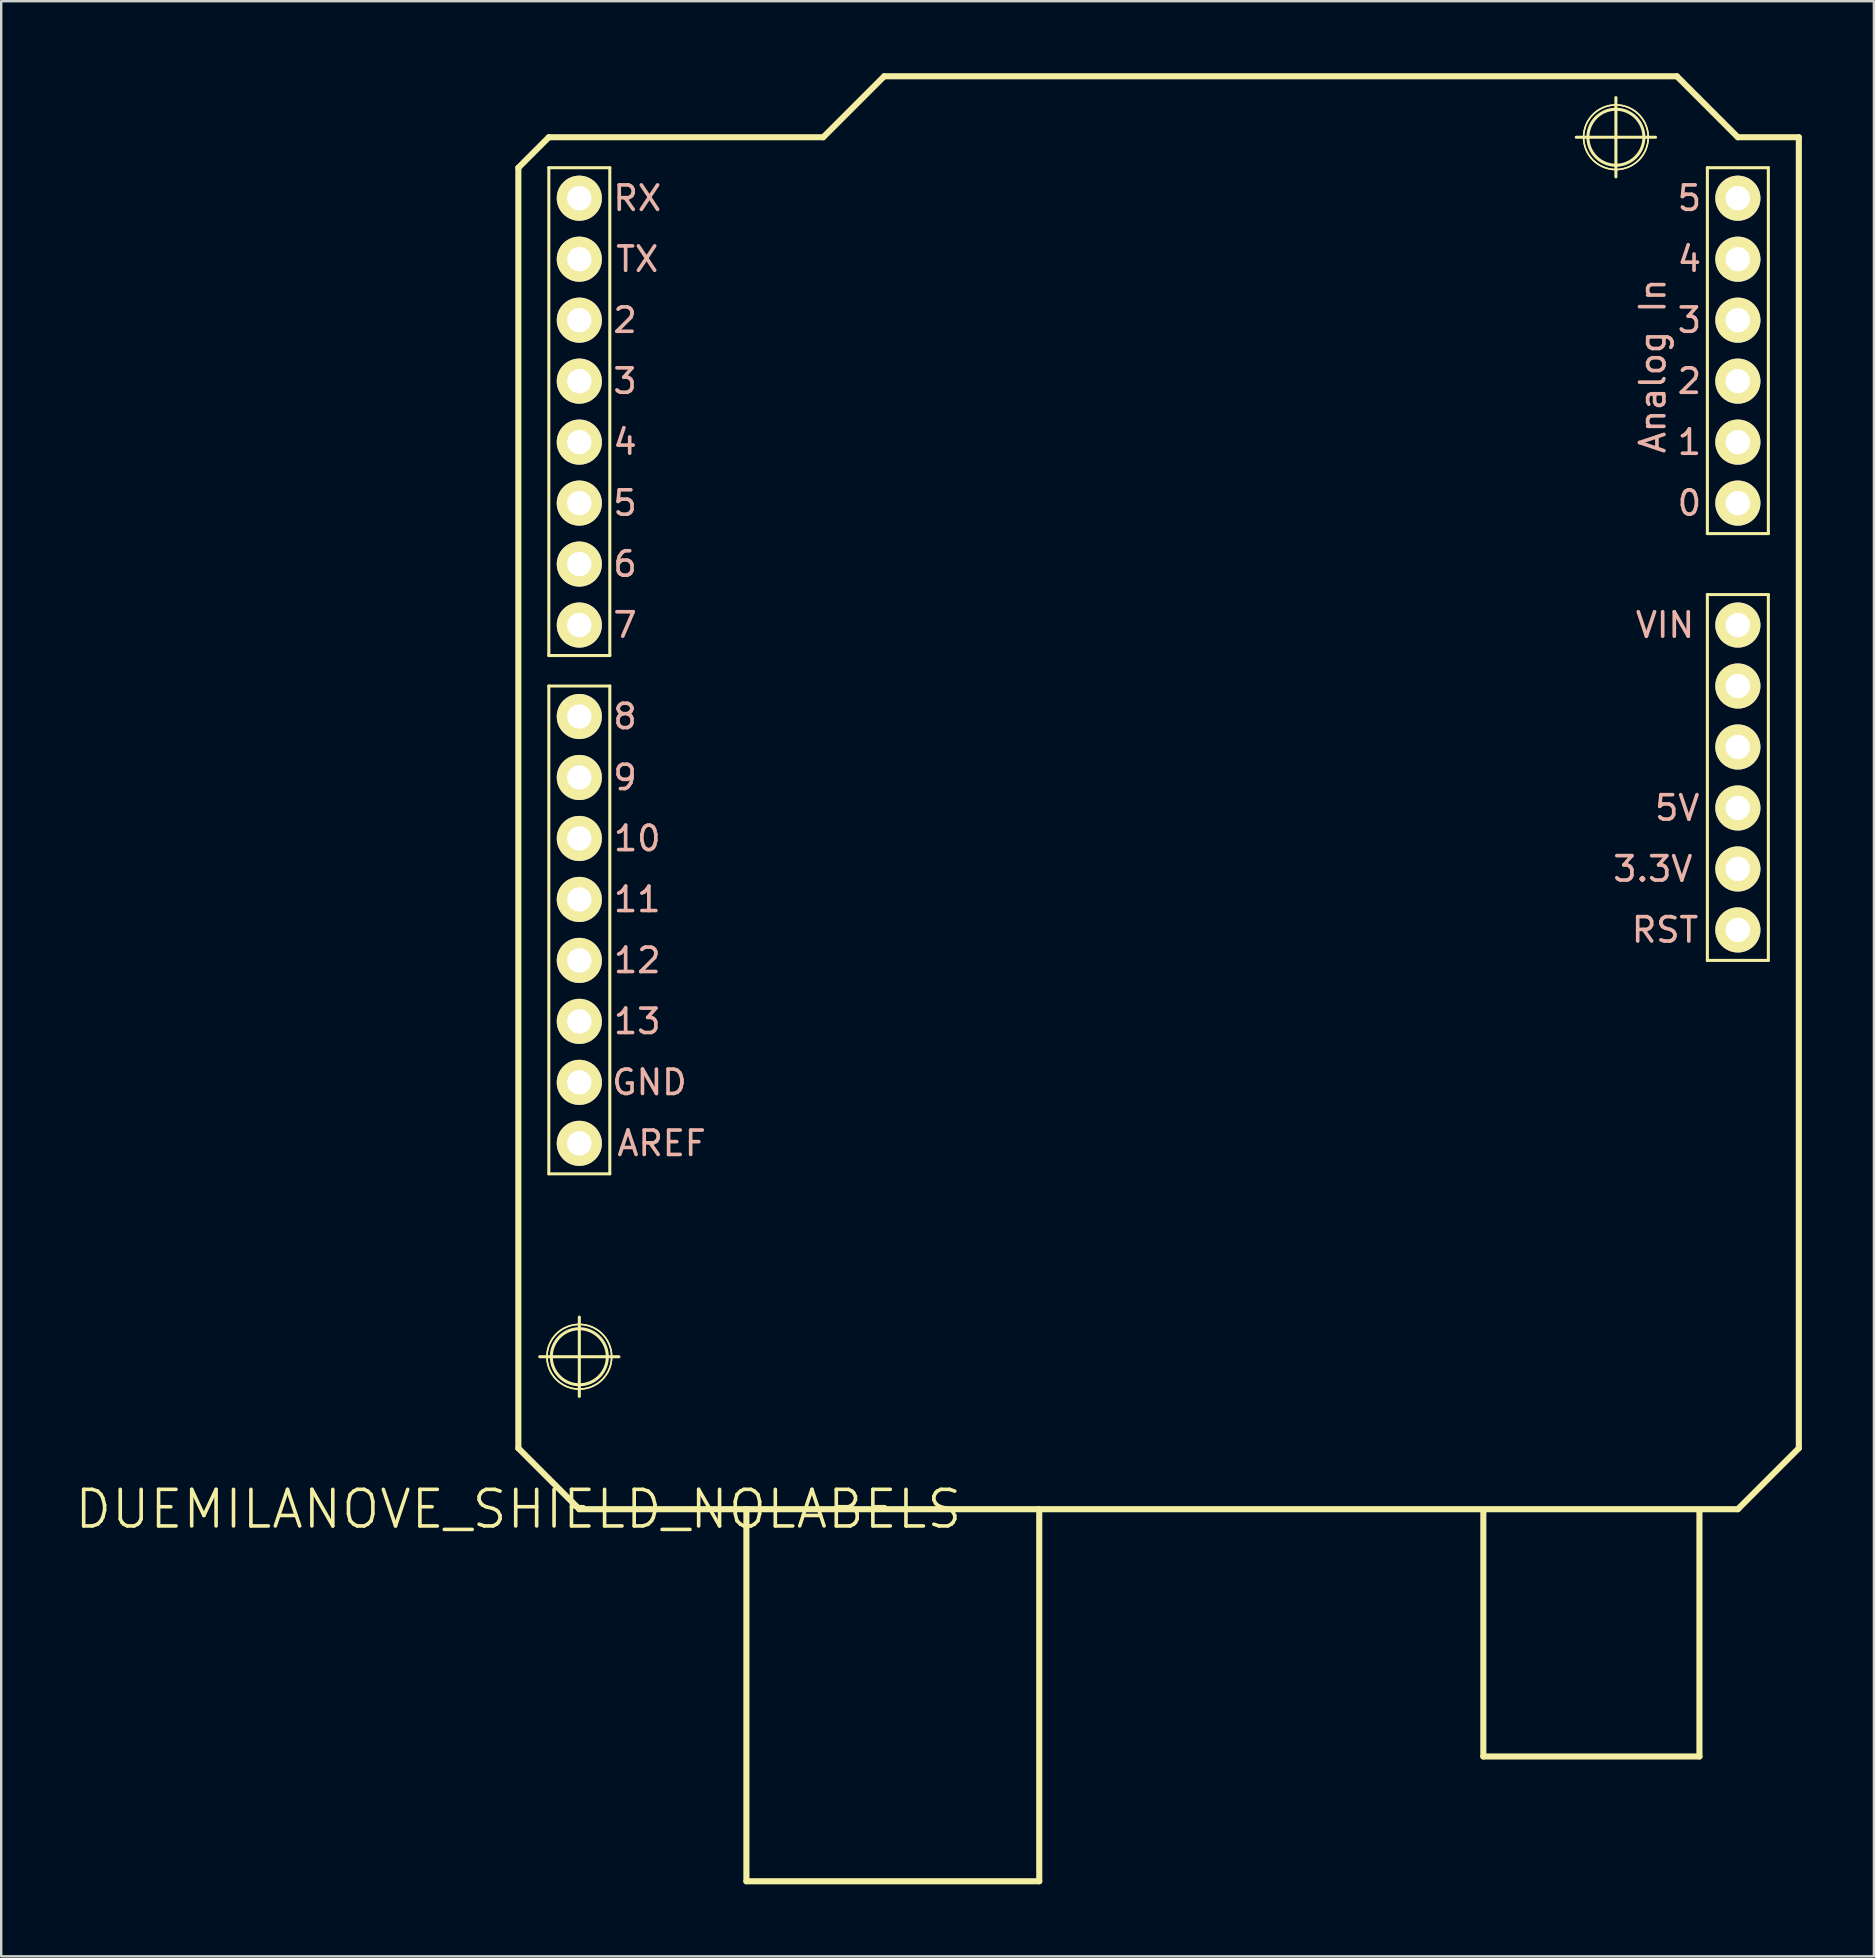
<source format=kicad_pcb>
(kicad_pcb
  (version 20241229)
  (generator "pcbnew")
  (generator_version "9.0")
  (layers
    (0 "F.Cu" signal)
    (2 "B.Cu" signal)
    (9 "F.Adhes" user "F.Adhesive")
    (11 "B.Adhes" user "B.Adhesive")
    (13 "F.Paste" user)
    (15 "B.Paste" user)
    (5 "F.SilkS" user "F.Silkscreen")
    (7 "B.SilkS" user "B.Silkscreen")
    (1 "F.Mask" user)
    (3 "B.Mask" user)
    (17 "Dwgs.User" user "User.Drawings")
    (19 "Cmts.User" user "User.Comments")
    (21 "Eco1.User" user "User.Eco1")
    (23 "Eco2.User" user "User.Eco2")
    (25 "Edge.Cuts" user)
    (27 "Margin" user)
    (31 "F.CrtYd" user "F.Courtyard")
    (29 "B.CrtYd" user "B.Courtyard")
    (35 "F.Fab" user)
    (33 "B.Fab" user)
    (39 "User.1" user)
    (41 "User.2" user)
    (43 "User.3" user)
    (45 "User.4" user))
  (footprint "DUEMILANOVE_SHIELD_NOLABELS"
    (layer "F.Cu")
    (at 18.542 59.817)
    (property "Reference" "DUEMILANOVE_SHIELD_NOLABELS" (at 0 0 0) (layer "F.SilkS") (effects (font (size 1.524 1.524) (thickness 0.15))))
    (attr exclude_from_pos_files exclude_from_bom)
    (fp_line (start 0 -55.88) (end 0 -2.54) (stroke (width 0.254) (type solid)) (layer "F.SilkS"))
    (fp_line (start 0 -2.54) (end 2.54 0) (stroke (width 0.254) (type solid)) (layer "F.SilkS"))
    (fp_line (start 0.889 -6.35) (end 4.191 -6.35) (stroke (width 0.127) (type solid)) (layer "F.SilkS"))
    (fp_line (start 1.27 -57.15) (end 0 -55.88) (stroke (width 0.254) (type solid)) (layer "F.SilkS"))
    (fp_line (start 1.27 -55.88) (end 3.81 -55.88) (stroke (width 0.127) (type solid)) (layer "F.SilkS"))
    (fp_line (start 1.27 -35.56) (end 1.27 -55.88) (stroke (width 0.127) (type solid)) (layer "F.SilkS"))
    (fp_line (start 1.27 -34.29) (end 3.81 -34.29) (stroke (width 0.127) (type solid)) (layer "F.SilkS"))
    (fp_line (start 1.27 -13.97) (end 1.27 -34.29) (stroke (width 0.127) (type solid)) (layer "F.SilkS"))
    (fp_line (start 2.54 -4.699) (end 2.54 -8.001) (stroke (width 0.127) (type solid)) (layer "F.SilkS"))
    (fp_line (start 2.54 0) (end 9.5 0) (stroke (width 0.254) (type solid)) (layer "F.SilkS"))
    (fp_line (start 3.81 -55.88) (end 3.81 -35.56) (stroke (width 0.127) (type solid)) (layer "F.SilkS"))
    (fp_line (start 3.81 -35.56) (end 1.27 -35.56) (stroke (width 0.127) (type solid)) (layer "F.SilkS"))
    (fp_line (start 3.81 -34.29) (end 3.81 -13.97) (stroke (width 0.127) (type solid)) (layer "F.SilkS"))
    (fp_line (start 3.81 -13.97) (end 1.27 -13.97) (stroke (width 0.127) (type solid)) (layer "F.SilkS"))
    (fp_line (start 9.5 0) (end 21.699 0) (stroke (width 0.254) (type solid)) (layer "F.SilkS"))
    (fp_line (start 9.5 15.499) (end 9.5 0) (stroke (width 0.254) (type solid)) (layer "F.SilkS"))
    (fp_line (start 9.5 15.499) (end 21.699 15.499) (stroke (width 0.254) (type solid)) (layer "F.SilkS"))
    (fp_line (start 12.7 -57.15) (end 1.27 -57.15) (stroke (width 0.254) (type solid)) (layer "F.SilkS"))
    (fp_line (start 15.24 -59.69) (end 12.7 -57.15) (stroke (width 0.254) (type solid)) (layer "F.SilkS"))
    (fp_line (start 21.699 0) (end 50.8 0) (stroke (width 0.254) (type solid)) (layer "F.SilkS"))
    (fp_line (start 21.699 15.499) (end 21.699 0) (stroke (width 0.254) (type solid)) (layer "F.SilkS"))
    (fp_line (start 40.198 10.3) (end 40.198 0.099) (stroke (width 0.254) (type solid)) (layer "F.SilkS"))
    (fp_line (start 40.198 10.3) (end 49.2 10.3) (stroke (width 0.254) (type solid)) (layer "F.SilkS"))
    (fp_line (start 44.069 -57.15) (end 47.371 -57.15) (stroke (width 0.127) (type solid)) (layer "F.SilkS"))
    (fp_line (start 45.72 -55.499) (end 45.72 -58.801) (stroke (width 0.127) (type solid)) (layer "F.SilkS"))
    (fp_line (start 48.26 -59.69) (end 15.24 -59.69) (stroke (width 0.254) (type solid)) (layer "F.SilkS"))
    (fp_line (start 49.2 10.3) (end 49.2 0.099) (stroke (width 0.254) (type solid)) (layer "F.SilkS"))
    (fp_line (start 49.53 -55.88) (end 52.07 -55.88) (stroke (width 0.127) (type solid)) (layer "F.SilkS"))
    (fp_line (start 49.53 -40.64) (end 49.53 -55.88) (stroke (width 0.127) (type solid)) (layer "F.SilkS"))
    (fp_line (start 49.53 -38.1) (end 52.07 -38.1) (stroke (width 0.127) (type solid)) (layer "F.SilkS"))
    (fp_line (start 49.53 -22.86) (end 49.53 -38.1) (stroke (width 0.127) (type solid)) (layer "F.SilkS"))
    (fp_line (start 50.8 -57.15) (end 48.26 -59.69) (stroke (width 0.254) (type solid)) (layer "F.SilkS"))
    (fp_line (start 50.8 0) (end 53.34 -2.54) (stroke (width 0.254) (type solid)) (layer "F.SilkS"))
    (fp_line (start 52.07 -55.88) (end 52.07 -40.64) (stroke (width 0.127) (type solid)) (layer "F.SilkS"))
    (fp_line (start 52.07 -40.64) (end 49.53 -40.64) (stroke (width 0.127) (type solid)) (layer "F.SilkS"))
    (fp_line (start 52.07 -38.1) (end 52.07 -22.86) (stroke (width 0.127) (type solid)) (layer "F.SilkS"))
    (fp_line (start 52.07 -22.86) (end 49.53 -22.86) (stroke (width 0.127) (type solid)) (layer "F.SilkS"))
    (fp_line (start 53.34 -57.15) (end 50.8 -57.15) (stroke (width 0.254) (type solid)) (layer "F.SilkS"))
    (fp_line (start 53.34 -2.54) (end 53.34 -57.15) (stroke (width 0.254) (type solid)) (layer "F.SilkS"))
    (fp_circle (center 2.54 -6.35) (end 3.365 -7.176) (stroke (width 0.127) (type solid)) (fill no) (layer "F.SilkS"))
    (fp_circle (center 2.54 -6.35) (end 3.493 -7.303) (stroke (width 0.064) (type solid)) (fill no) (layer "F.SilkS"))
    (fp_circle (center 2.54 -6.35) (end 3.493 -7.303) (stroke (width 0.064) (type solid)) (fill no) (layer "F.SilkS"))
    (fp_circle (center 45.72 -57.15) (end 46.545 -57.975) (stroke (width 0.127) (type solid)) (fill no) (layer "F.SilkS"))
    (fp_circle (center 45.72 -57.15) (end 46.672 -58.102) (stroke (width 0.064) (type solid)) (fill no) (layer "F.SilkS"))
    (fp_circle (center 45.72 -57.15) (end 46.672 -58.102) (stroke (width 0.064) (type solid)) (fill no) (layer "F.SilkS"))
    (fp_text user "12" (at 4.953 -22.86 0) (layer "B.SilkS") (effects (font (size 1.016 1.016) (thickness 0.152))))
    (fp_text user "0" (at 48.781 -41.91 180) (layer "B.SilkS") (effects (font (size 1.016 1.016) (thickness 0.152))))
    (fp_text user "9" (at 4.445 -30.48 0) (layer "B.SilkS") (effects (font (size 1.016 1.016) (thickness 0.152))))
    (fp_text user "4" (at 4.445 -44.45 0) (layer "B.SilkS") (effects (font (size 1.016 1.016) (thickness 0.152))))
    (fp_text user "5" (at 4.445 -41.91 0) (layer "B.SilkS") (effects (font (size 1.016 1.016) (thickness 0.152))))
    (fp_text user "10" (at 4.953 -27.94 0) (layer "B.SilkS") (effects (font (size 1.016 1.016) (thickness 0.152))))
    (fp_text user "3.3V" (at 47.257 -26.67 180) (layer "B.SilkS") (effects (font (size 1.016 1.016) (thickness 0.152))))
    (fp_text user "5V" (at 48.273 -29.21 180) (layer "B.SilkS") (effects (font (size 1.016 1.016) (thickness 0.152))))
    (fp_text user "Analog In" (at 47.257 -47.625 270) (layer "B.SilkS") (effects (font (size 1.016 1.016) (thickness 0.152))))
    (fp_text user "3" (at 48.781 -49.53 180) (layer "B.SilkS") (effects (font (size 1.016 1.016) (thickness 0.152))))
    (fp_text user "7" (at 4.445 -36.83 0) (layer "B.SilkS") (effects (font (size 1.016 1.016) (thickness 0.152))))
    (fp_text user "8" (at 4.445 -33.02 0) (layer "B.SilkS") (effects (font (size 1.016 1.016) (thickness 0.152))))
    (fp_text user "2" (at 48.781 -46.99 180) (layer "B.SilkS") (effects (font (size 1.016 1.016) (thickness 0.152))))
    (fp_text user "5" (at 48.781 -54.61 180) (layer "B.SilkS") (effects (font (size 1.016 1.016) (thickness 0.152))))
    (fp_text user "13" (at 4.953 -20.32 0) (layer "B.SilkS") (effects (font (size 1.016 1.016) (thickness 0.152))))
    (fp_text user "TX" (at 4.953 -52.07 0) (layer "B.SilkS") (effects (font (size 1.016 1.016) (thickness 0.152))))
    (fp_text user "4" (at 48.781 -52.07 180) (layer "B.SilkS") (effects (font (size 1.016 1.016) (thickness 0.152))))
    (fp_text user "11" (at 4.953 -25.4 0) (layer "B.SilkS") (effects (font (size 1.016 1.016) (thickness 0.152))))
    (fp_text user "3" (at 4.445 -46.99 0) (layer "B.SilkS") (effects (font (size 1.016 1.016) (thickness 0.152))))
    (fp_text user "6" (at 4.445 -39.37 0) (layer "B.SilkS") (effects (font (size 1.016 1.016) (thickness 0.152))))
    (fp_text user "2" (at 4.445 -49.53 0) (layer "B.SilkS") (effects (font (size 1.016 1.016) (thickness 0.152))))
    (fp_text user "VIN" (at 47.765 -36.83 180) (layer "B.SilkS") (effects (font (size 1.016 1.016) (thickness 0.152))))
    (fp_text user "RX" (at 4.953 -54.61 0) (layer "B.SilkS") (effects (font (size 1.016 1.016) (thickness 0.152))))
    (fp_text user "AREF" (at 5.969 -15.24 0) (layer "B.SilkS") (effects (font (size 1.016 1.016) (thickness 0.152))))
    (fp_text user "GND" (at 5.461 -17.78 0) (layer "B.SilkS") (effects (font (size 1.016 1.016) (thickness 0.152))))
    (fp_text user "RST" (at 47.765 -24.13 180) (layer "B.SilkS") (effects (font (size 1.016 1.016) (thickness 0.152))))
    (fp_text user "1" (at 48.781 -44.45 180) (layer "B.SilkS") (effects (font (size 1.016 1.016) (thickness 0.152))))
    (pad "3.3V" thru_hole circle (at 50.8 -26.67) (size 1.88 1.88) (drill 1.016) (layers "*.Cu" "F.Mask" "F.SilkS" "F.Paste"))
    (pad "5V" thru_hole circle (at 50.8 -29.21) (size 1.88 1.88) (drill 1.016) (layers "*.Cu" "F.Mask" "F.SilkS" "F.Paste"))
    (pad "A0" thru_hole circle (at 50.8 -41.91) (size 1.88 1.88) (drill 1.016) (layers "*.Cu" "F.Mask" "F.SilkS" "F.Paste"))
    (pad "A1" thru_hole circle (at 50.8 -44.45) (size 1.88 1.88) (drill 1.016) (layers "*.Cu" "F.Mask" "F.SilkS" "F.Paste"))
    (pad "A2" thru_hole circle (at 50.8 -46.99) (size 1.88 1.88) (drill 1.016) (layers "*.Cu" "F.Mask" "F.SilkS" "F.Paste"))
    (pad "A3" thru_hole circle (at 50.8 -49.53) (size 1.88 1.88) (drill 1.016) (layers "*.Cu" "F.Mask" "F.SilkS" "F.Paste"))
    (pad "A4" thru_hole circle (at 50.8 -52.07) (size 1.88 1.88) (drill 1.016) (layers "*.Cu" "F.Mask" "F.SilkS" "F.Paste"))
    (pad "A5" thru_hole circle (at 50.8 -54.61) (size 1.88 1.88) (drill 1.016) (layers "*.Cu" "F.Mask" "F.SilkS" "F.Paste"))
    (pad "AREF" thru_hole circle (at 2.54 -15.24) (size 1.88 1.88) (drill 1.016) (layers "*.Cu" "F.Mask" "F.SilkS" "F.Paste"))
    (pad "D2" thru_hole circle (at 2.54 -49.53) (size 1.88 1.88) (drill 1.016) (layers "*.Cu" "F.Mask" "F.SilkS" "F.Paste"))
    (pad "D3" thru_hole circle (at 2.54 -46.99) (size 1.88 1.88) (drill 1.016) (layers "*.Cu" "F.Mask" "F.SilkS" "F.Paste"))
    (pad "D4" thru_hole circle (at 2.54 -44.45) (size 1.88 1.88) (drill 1.016) (layers "*.Cu" "F.Mask" "F.SilkS" "F.Paste"))
    (pad "D5" thru_hole circle (at 2.54 -41.91) (size 1.88 1.88) (drill 1.016) (layers "*.Cu" "F.Mask" "F.SilkS" "F.Paste"))
    (pad "D6" thru_hole circle (at 2.54 -39.37) (size 1.88 1.88) (drill 1.016) (layers "*.Cu" "F.Mask" "F.SilkS" "F.Paste"))
    (pad "D7" thru_hole circle (at 2.54 -36.83) (size 1.88 1.88) (drill 1.016) (layers "*.Cu" "F.Mask" "F.SilkS" "F.Paste"))
    (pad "D8" thru_hole circle (at 2.54 -33.02) (size 1.88 1.88) (drill 1.016) (layers "*.Cu" "F.Mask" "F.SilkS" "F.Paste"))
    (pad "D9" thru_hole circle (at 2.54 -30.48) (size 1.88 1.88) (drill 1.016) (layers "*.Cu" "F.Mask" "F.SilkS" "F.Paste"))
    (pad "D10" thru_hole circle (at 2.54 -27.94) (size 1.88 1.88) (drill 1.016) (layers "*.Cu" "F.Mask" "F.SilkS" "F.Paste"))
    (pad "D11" thru_hole circle (at 2.54 -25.4) (size 1.88 1.88) (drill 1.016) (layers "*.Cu" "F.Mask" "F.SilkS" "F.Paste"))
    (pad "D12" thru_hole circle (at 2.54 -22.86) (size 1.88 1.88) (drill 1.016) (layers "*.Cu" "F.Mask" "F.SilkS" "F.Paste"))
    (pad "D13" thru_hole circle (at 2.54 -20.32) (size 1.88 1.88) (drill 1.016) (layers "*.Cu" "F.Mask" "F.SilkS" "F.Paste"))
    (pad "GND@" thru_hole circle (at 2.54 -17.78) (size 1.88 1.88) (drill 1.016) (layers "*.Cu" "F.Mask" "F.SilkS" "F.Paste"))
    (pad "GND@" thru_hole circle (at 50.8 -34.29) (size 1.88 1.88) (drill 1.016) (layers "*.Cu" "F.Mask" "F.SilkS" "F.Paste"))
    (pad "GND@" thru_hole circle (at 50.8 -31.75) (size 1.88 1.88) (drill 1.016) (layers "*.Cu" "F.Mask" "F.SilkS" "F.Paste"))
    (pad "RES" thru_hole circle (at 50.8 -24.13) (size 1.88 1.88) (drill 1.016) (layers "*.Cu" "F.Mask" "F.SilkS" "F.Paste"))
    (pad "RX" thru_hole circle (at 2.54 -54.61) (size 1.88 1.88) (drill 1.016) (layers "*.Cu" "F.Mask" "F.SilkS" "F.Paste"))
    (pad "TX" thru_hole circle (at 2.54 -52.07) (size 1.88 1.88) (drill 1.016) (layers "*.Cu" "F.Mask" "F.SilkS" "F.Paste"))
    (pad "VIN" thru_hole circle (at 50.8 -36.83) (size 1.88 1.88) (drill 1.016) (layers "*.Cu" "F.Mask" "F.SilkS" "F.Paste")))
  (gr_rect
    (start -3 -3)
    (end 75.009 78.443)
    (stroke (width 0.1) (type default))
    (fill no)
    (layer "Edge.Cuts")))
</source>
